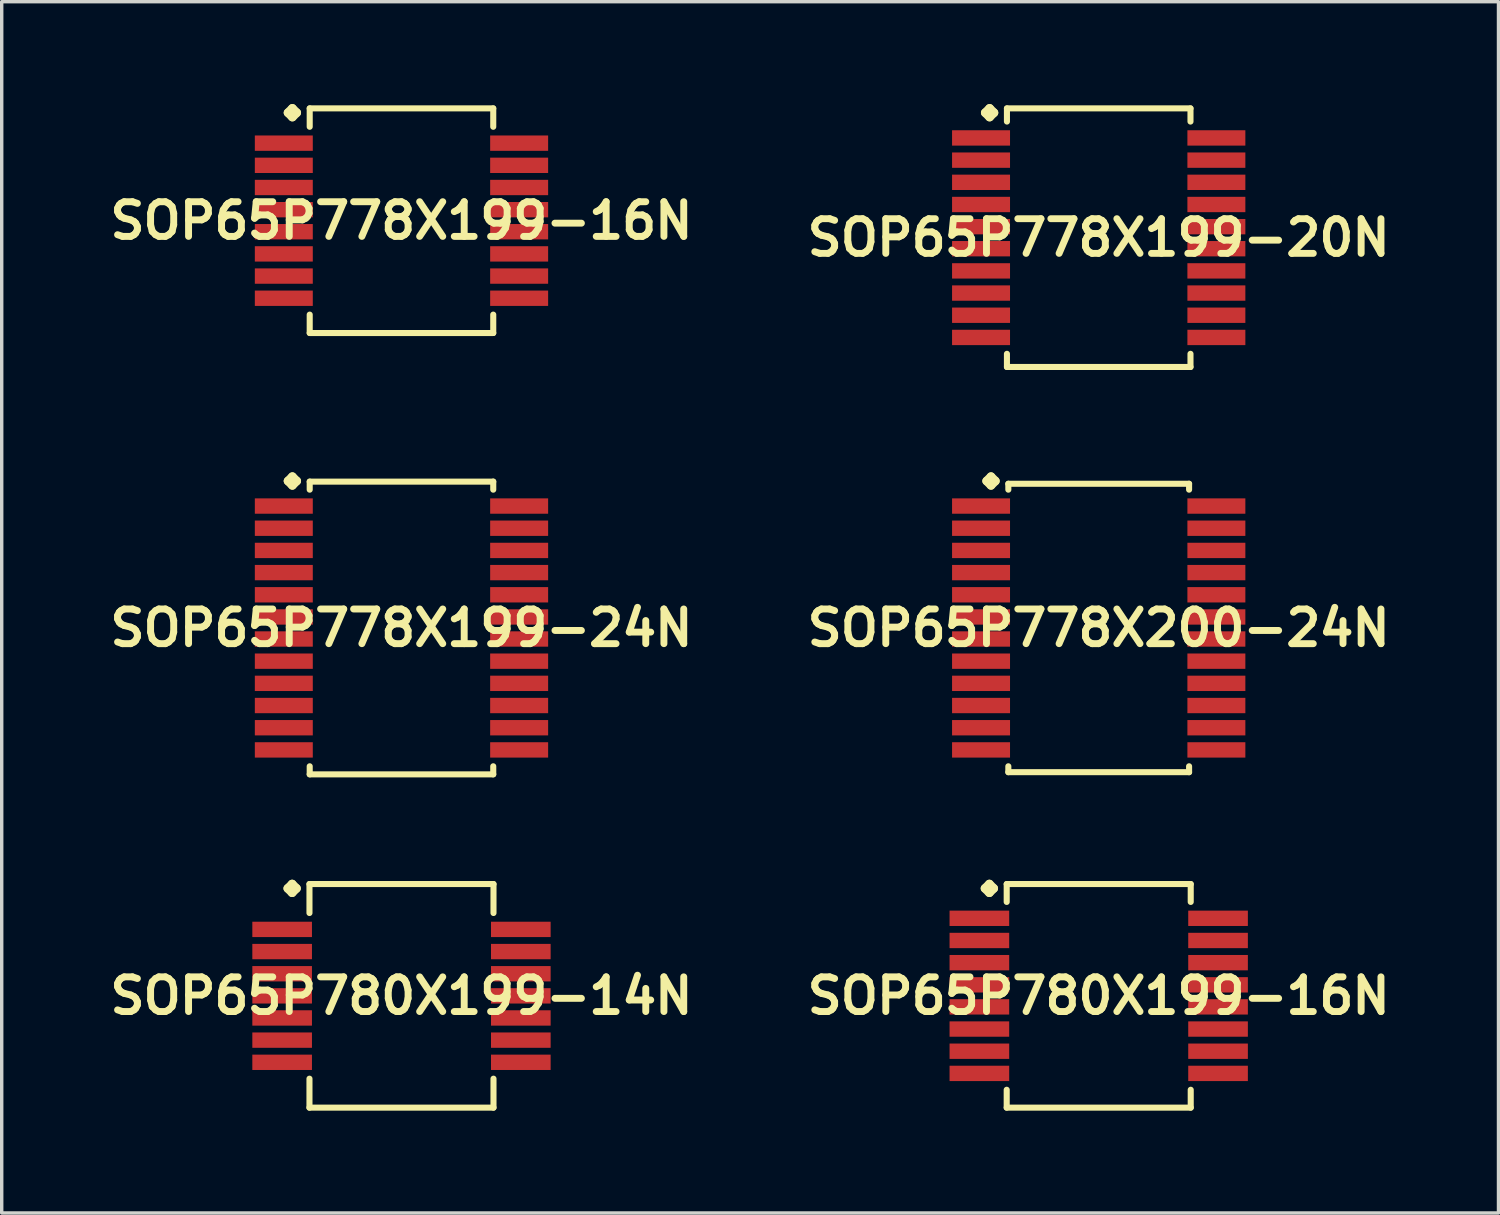
<source format=kicad_pcb>
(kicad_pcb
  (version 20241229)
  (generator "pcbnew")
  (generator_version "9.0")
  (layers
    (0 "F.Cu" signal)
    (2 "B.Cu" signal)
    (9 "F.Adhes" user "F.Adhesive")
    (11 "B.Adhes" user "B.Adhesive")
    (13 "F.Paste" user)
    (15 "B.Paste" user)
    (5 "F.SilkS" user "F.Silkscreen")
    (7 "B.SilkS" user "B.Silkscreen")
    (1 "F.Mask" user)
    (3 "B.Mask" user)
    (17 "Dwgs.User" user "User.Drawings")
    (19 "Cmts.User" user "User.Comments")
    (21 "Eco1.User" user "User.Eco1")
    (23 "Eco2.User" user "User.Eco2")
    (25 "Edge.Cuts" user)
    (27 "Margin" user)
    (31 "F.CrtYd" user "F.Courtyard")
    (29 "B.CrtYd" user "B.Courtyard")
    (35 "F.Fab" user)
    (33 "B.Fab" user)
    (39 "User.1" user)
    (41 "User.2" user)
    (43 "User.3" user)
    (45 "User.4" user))
  (footprint "SOP65P778X199-20N"
    (layer "F.Cu")
    (at 29.155 3.917)
    (property "Reference" "SOP65P778X199-20N" (at 0 0 0) (layer "F.SilkS") (effects (font (size 1.016 1.016) (thickness 0.203))))
    (attr smd)
    (fp_line (start -3.325 -3.663) (end -3.198 -3.79) (stroke (width 0.254) (type solid)) (layer "F.SilkS"))
    (fp_line (start -3.198 -3.79) (end -3.071 -3.663) (stroke (width 0.254) (type solid)) (layer "F.SilkS"))
    (fp_line (start -3.198 -3.536) (end -3.325 -3.663) (stroke (width 0.254) (type solid)) (layer "F.SilkS"))
    (fp_line (start -3.071 -3.663) (end -3.198 -3.536) (stroke (width 0.254) (type solid)) (layer "F.SilkS"))
    (fp_line (start -2.69 -3.79) (end 2.69 -3.79) (stroke (width 0.178) (type solid)) (layer "F.SilkS"))
    (fp_line (start -2.69 -3.404) (end -2.69 -3.79) (stroke (width 0.178) (type solid)) (layer "F.SilkS"))
    (fp_line (start -2.69 3.404) (end -2.69 3.79) (stroke (width 0.178) (type solid)) (layer "F.SilkS"))
    (fp_line (start -2.69 3.79) (end 2.69 3.79) (stroke (width 0.178) (type solid)) (layer "F.SilkS"))
    (fp_line (start 2.69 -3.79) (end 2.69 -3.404) (stroke (width 0.178) (type solid)) (layer "F.SilkS"))
    (fp_line (start 2.69 3.79) (end 2.69 3.404) (stroke (width 0.178) (type solid)) (layer "F.SilkS"))
    (pad "1" smd rect (at -3.449 -2.924) (size 1.699 0.45) (layers "F.Cu" "F.Mask" "F.Paste"))
    (pad "2" smd rect (at -3.449 -2.273) (size 1.699 0.45) (layers "F.Cu" "F.Mask" "F.Paste"))
    (pad "3" smd rect (at -3.449 -1.623) (size 1.699 0.45) (layers "F.Cu" "F.Mask" "F.Paste"))
    (pad "4" smd rect (at -3.449 -0.973) (size 1.699 0.45) (layers "F.Cu" "F.Mask" "F.Paste"))
    (pad "5" smd rect (at -3.449 -0.323) (size 1.699 0.45) (layers "F.Cu" "F.Mask" "F.Paste"))
    (pad "6" smd rect (at -3.449 0.323) (size 1.699 0.45) (layers "F.Cu" "F.Mask" "F.Paste"))
    (pad "7" smd rect (at -3.449 0.973) (size 1.699 0.45) (layers "F.Cu" "F.Mask" "F.Paste"))
    (pad "8" smd rect (at -3.449 1.623) (size 1.699 0.45) (layers "F.Cu" "F.Mask" "F.Paste"))
    (pad "9" smd rect (at -3.449 2.273) (size 1.699 0.45) (layers "F.Cu" "F.Mask" "F.Paste"))
    (pad "10" smd rect (at -3.449 2.924) (size 1.699 0.45) (layers "F.Cu" "F.Mask" "F.Paste"))
    (pad "11" smd rect (at 3.449 2.924) (size 1.699 0.45) (layers "F.Cu" "F.Mask" "F.Paste"))
    (pad "12" smd rect (at 3.449 2.273) (size 1.699 0.45) (layers "F.Cu" "F.Mask" "F.Paste"))
    (pad "13" smd rect (at 3.449 1.623) (size 1.699 0.45) (layers "F.Cu" "F.Mask" "F.Paste"))
    (pad "14" smd rect (at 3.449 0.973) (size 1.699 0.45) (layers "F.Cu" "F.Mask" "F.Paste"))
    (pad "15" smd rect (at 3.449 0.323) (size 1.699 0.45) (layers "F.Cu" "F.Mask" "F.Paste"))
    (pad "16" smd rect (at 3.449 -0.323) (size 1.699 0.45) (layers "F.Cu" "F.Mask" "F.Paste"))
    (pad "17" smd rect (at 3.449 -0.973) (size 1.699 0.45) (layers "F.Cu" "F.Mask" "F.Paste"))
    (pad "18" smd rect (at 3.449 -1.623) (size 1.699 0.45) (layers "F.Cu" "F.Mask" "F.Paste"))
    (pad "19" smd rect (at 3.449 -2.273) (size 1.699 0.45) (layers "F.Cu" "F.Mask" "F.Paste"))
    (pad "20" smd rect (at 3.449 -2.924) (size 1.699 0.45) (layers "F.Cu" "F.Mask" "F.Paste")))
  (footprint "SOP65P780X199-16N"
    (layer "F.Cu")
    (at 29.155 26.14)
    (property "Reference" "SOP65P780X199-16N" (at 0 0 0) (layer "F.SilkS") (effects (font (size 1.016 1.016) (thickness 0.203))))
    (attr smd)
    (fp_line (start -3.332 -3.15) (end -3.205 -3.277) (stroke (width 0.254) (type solid)) (layer "F.SilkS"))
    (fp_line (start -3.205 -3.277) (end -3.078 -3.15) (stroke (width 0.254) (type solid)) (layer "F.SilkS"))
    (fp_line (start -3.205 -3.023) (end -3.332 -3.15) (stroke (width 0.254) (type solid)) (layer "F.SilkS"))
    (fp_line (start -3.078 -3.15) (end -3.205 -3.023) (stroke (width 0.254) (type solid)) (layer "F.SilkS"))
    (fp_line (start -2.697 -3.277) (end 2.697 -3.277) (stroke (width 0.178) (type solid)) (layer "F.SilkS"))
    (fp_line (start -2.697 -2.753) (end -2.697 -3.277) (stroke (width 0.178) (type solid)) (layer "F.SilkS"))
    (fp_line (start -2.697 2.753) (end -2.697 3.277) (stroke (width 0.178) (type solid)) (layer "F.SilkS"))
    (fp_line (start -2.697 3.277) (end 2.697 3.277) (stroke (width 0.178) (type solid)) (layer "F.SilkS"))
    (fp_line (start 2.697 -3.277) (end 2.697 -2.753) (stroke (width 0.178) (type solid)) (layer "F.SilkS"))
    (fp_line (start 2.697 3.277) (end 2.697 2.753) (stroke (width 0.178) (type solid)) (layer "F.SilkS"))
    (pad "1" smd rect (at -3.498 -2.273) (size 1.748 0.45) (layers "F.Cu" "F.Mask" "F.Paste"))
    (pad "2" smd rect (at -3.498 -1.623) (size 1.748 0.45) (layers "F.Cu" "F.Mask" "F.Paste"))
    (pad "3" smd rect (at -3.498 -0.973) (size 1.748 0.45) (layers "F.Cu" "F.Mask" "F.Paste"))
    (pad "4" smd rect (at -3.498 -0.323) (size 1.748 0.45) (layers "F.Cu" "F.Mask" "F.Paste"))
    (pad "5" smd rect (at -3.498 0.323) (size 1.748 0.45) (layers "F.Cu" "F.Mask" "F.Paste"))
    (pad "6" smd rect (at -3.498 0.973) (size 1.748 0.45) (layers "F.Cu" "F.Mask" "F.Paste"))
    (pad "7" smd rect (at -3.498 1.623) (size 1.748 0.45) (layers "F.Cu" "F.Mask" "F.Paste"))
    (pad "8" smd rect (at -3.498 2.273) (size 1.748 0.45) (layers "F.Cu" "F.Mask" "F.Paste"))
    (pad "9" smd rect (at 3.498 2.273) (size 1.748 0.45) (layers "F.Cu" "F.Mask" "F.Paste"))
    (pad "10" smd rect (at 3.498 1.623) (size 1.748 0.45) (layers "F.Cu" "F.Mask" "F.Paste"))
    (pad "11" smd rect (at 3.498 0.973) (size 1.748 0.45) (layers "F.Cu" "F.Mask" "F.Paste"))
    (pad "12" smd rect (at 3.498 0.323) (size 1.748 0.45) (layers "F.Cu" "F.Mask" "F.Paste"))
    (pad "13" smd rect (at 3.498 -0.323) (size 1.748 0.45) (layers "F.Cu" "F.Mask" "F.Paste"))
    (pad "14" smd rect (at 3.498 -0.973) (size 1.748 0.45) (layers "F.Cu" "F.Mask" "F.Paste"))
    (pad "15" smd rect (at 3.498 -1.623) (size 1.748 0.45) (layers "F.Cu" "F.Mask" "F.Paste"))
    (pad "16" smd rect (at 3.498 -2.273) (size 1.748 0.45) (layers "F.Cu" "F.Mask" "F.Paste")))
  (footprint "SOP65P778X200-24N"
    (layer "F.Cu")
    (at 29.155 15.357)
    (property "Reference" "SOP65P778X200-24N" (at 0 0 0) (layer "F.SilkS") (effects (font (size 1.016 1.016) (thickness 0.203))))
    (attr smd)
    (fp_line (start -3.284 -4.308) (end -3.157 -4.435) (stroke (width 0.254) (type solid)) (layer "F.SilkS"))
    (fp_line (start -3.157 -4.435) (end -3.03 -4.308) (stroke (width 0.254) (type solid)) (layer "F.SilkS"))
    (fp_line (start -3.157 -4.181) (end -3.284 -4.308) (stroke (width 0.254) (type solid)) (layer "F.SilkS"))
    (fp_line (start -3.03 -4.308) (end -3.157 -4.181) (stroke (width 0.254) (type solid)) (layer "F.SilkS"))
    (fp_line (start -2.649 -4.227) (end 2.649 -4.227) (stroke (width 0.178) (type solid)) (layer "F.SilkS"))
    (fp_line (start -2.649 -4.054) (end -2.649 -4.227) (stroke (width 0.178) (type solid)) (layer "F.SilkS"))
    (fp_line (start -2.649 4.054) (end -2.649 4.227) (stroke (width 0.178) (type solid)) (layer "F.SilkS"))
    (fp_line (start -2.649 4.227) (end 2.649 4.227) (stroke (width 0.178) (type solid)) (layer "F.SilkS"))
    (fp_line (start 2.649 -4.227) (end 2.649 -4.054) (stroke (width 0.178) (type solid)) (layer "F.SilkS"))
    (fp_line (start 2.649 4.227) (end 2.649 4.054) (stroke (width 0.178) (type solid)) (layer "F.SilkS"))
    (pad "1" smd rect (at -3.449 -3.574) (size 1.699 0.45) (layers "F.Cu" "F.Mask" "F.Paste"))
    (pad "2" smd rect (at -3.449 -2.924) (size 1.699 0.45) (layers "F.Cu" "F.Mask" "F.Paste"))
    (pad "3" smd rect (at -3.449 -2.273) (size 1.699 0.45) (layers "F.Cu" "F.Mask" "F.Paste"))
    (pad "4" smd rect (at -3.449 -1.623) (size 1.699 0.45) (layers "F.Cu" "F.Mask" "F.Paste"))
    (pad "5" smd rect (at -3.449 -0.973) (size 1.699 0.45) (layers "F.Cu" "F.Mask" "F.Paste"))
    (pad "6" smd rect (at -3.449 -0.323) (size 1.699 0.45) (layers "F.Cu" "F.Mask" "F.Paste"))
    (pad "7" smd rect (at -3.449 0.323) (size 1.699 0.45) (layers "F.Cu" "F.Mask" "F.Paste"))
    (pad "8" smd rect (at -3.449 0.973) (size 1.699 0.45) (layers "F.Cu" "F.Mask" "F.Paste"))
    (pad "9" smd rect (at -3.449 1.623) (size 1.699 0.45) (layers "F.Cu" "F.Mask" "F.Paste"))
    (pad "10" smd rect (at -3.449 2.273) (size 1.699 0.45) (layers "F.Cu" "F.Mask" "F.Paste"))
    (pad "11" smd rect (at -3.449 2.924) (size 1.699 0.45) (layers "F.Cu" "F.Mask" "F.Paste"))
    (pad "12" smd rect (at -3.449 3.574) (size 1.699 0.45) (layers "F.Cu" "F.Mask" "F.Paste"))
    (pad "13" smd rect (at 3.449 3.574) (size 1.699 0.45) (layers "F.Cu" "F.Mask" "F.Paste"))
    (pad "14" smd rect (at 3.449 2.924) (size 1.699 0.45) (layers "F.Cu" "F.Mask" "F.Paste"))
    (pad "15" smd rect (at 3.449 2.273) (size 1.699 0.45) (layers "F.Cu" "F.Mask" "F.Paste"))
    (pad "16" smd rect (at 3.449 1.623) (size 1.699 0.45) (layers "F.Cu" "F.Mask" "F.Paste"))
    (pad "17" smd rect (at 3.449 0.973) (size 1.699 0.45) (layers "F.Cu" "F.Mask" "F.Paste"))
    (pad "18" smd rect (at 3.449 0.323) (size 1.699 0.45) (layers "F.Cu" "F.Mask" "F.Paste"))
    (pad "19" smd rect (at 3.449 -0.323) (size 1.699 0.45) (layers "F.Cu" "F.Mask" "F.Paste"))
    (pad "20" smd rect (at 3.449 -0.973) (size 1.699 0.45) (layers "F.Cu" "F.Mask" "F.Paste"))
    (pad "21" smd rect (at 3.449 -1.623) (size 1.699 0.45) (layers "F.Cu" "F.Mask" "F.Paste"))
    (pad "22" smd rect (at 3.449 -2.273) (size 1.699 0.45) (layers "F.Cu" "F.Mask" "F.Paste"))
    (pad "23" smd rect (at 3.449 -2.924) (size 1.699 0.45) (layers "F.Cu" "F.Mask" "F.Paste"))
    (pad "24" smd rect (at 3.449 -3.574) (size 1.699 0.45) (layers "F.Cu" "F.Mask" "F.Paste")))
  (footprint "SOP65P778X199-24N"
    (layer "F.Cu")
    (at 8.718 15.357)
    (property "Reference" "SOP65P778X199-24N" (at 0 0 0) (layer "F.SilkS") (effects (font (size 1.016 1.016) (thickness 0.203))))
    (attr smd)
    (fp_line (start -3.325 -4.308) (end -3.198 -4.435) (stroke (width 0.254) (type solid)) (layer "F.SilkS"))
    (fp_line (start -3.198 -4.435) (end -3.071 -4.308) (stroke (width 0.254) (type solid)) (layer "F.SilkS"))
    (fp_line (start -3.198 -4.181) (end -3.325 -4.308) (stroke (width 0.254) (type solid)) (layer "F.SilkS"))
    (fp_line (start -3.071 -4.308) (end -3.198 -4.181) (stroke (width 0.254) (type solid)) (layer "F.SilkS"))
    (fp_line (start -2.69 -4.29) (end 2.69 -4.29) (stroke (width 0.178) (type solid)) (layer "F.SilkS"))
    (fp_line (start -2.69 -4.054) (end -2.69 -4.29) (stroke (width 0.178) (type solid)) (layer "F.SilkS"))
    (fp_line (start -2.69 4.054) (end -2.69 4.29) (stroke (width 0.178) (type solid)) (layer "F.SilkS"))
    (fp_line (start -2.69 4.29) (end 2.69 4.29) (stroke (width 0.178) (type solid)) (layer "F.SilkS"))
    (fp_line (start 2.69 -4.29) (end 2.69 -4.054) (stroke (width 0.178) (type solid)) (layer "F.SilkS"))
    (fp_line (start 2.69 4.29) (end 2.69 4.054) (stroke (width 0.178) (type solid)) (layer "F.SilkS"))
    (pad "1" smd rect (at -3.449 -3.574) (size 1.699 0.45) (layers "F.Cu" "F.Mask" "F.Paste"))
    (pad "2" smd rect (at -3.449 -2.924) (size 1.699 0.45) (layers "F.Cu" "F.Mask" "F.Paste"))
    (pad "3" smd rect (at -3.449 -2.273) (size 1.699 0.45) (layers "F.Cu" "F.Mask" "F.Paste"))
    (pad "4" smd rect (at -3.449 -1.623) (size 1.699 0.45) (layers "F.Cu" "F.Mask" "F.Paste"))
    (pad "5" smd rect (at -3.449 -0.973) (size 1.699 0.45) (layers "F.Cu" "F.Mask" "F.Paste"))
    (pad "6" smd rect (at -3.449 -0.323) (size 1.699 0.45) (layers "F.Cu" "F.Mask" "F.Paste"))
    (pad "7" smd rect (at -3.449 0.323) (size 1.699 0.45) (layers "F.Cu" "F.Mask" "F.Paste"))
    (pad "8" smd rect (at -3.449 0.973) (size 1.699 0.45) (layers "F.Cu" "F.Mask" "F.Paste"))
    (pad "9" smd rect (at -3.449 1.623) (size 1.699 0.45) (layers "F.Cu" "F.Mask" "F.Paste"))
    (pad "10" smd rect (at -3.449 2.273) (size 1.699 0.45) (layers "F.Cu" "F.Mask" "F.Paste"))
    (pad "11" smd rect (at -3.449 2.924) (size 1.699 0.45) (layers "F.Cu" "F.Mask" "F.Paste"))
    (pad "12" smd rect (at -3.449 3.574) (size 1.699 0.45) (layers "F.Cu" "F.Mask" "F.Paste"))
    (pad "13" smd rect (at 3.449 3.574) (size 1.699 0.45) (layers "F.Cu" "F.Mask" "F.Paste"))
    (pad "14" smd rect (at 3.449 2.924) (size 1.699 0.45) (layers "F.Cu" "F.Mask" "F.Paste"))
    (pad "15" smd rect (at 3.449 2.273) (size 1.699 0.45) (layers "F.Cu" "F.Mask" "F.Paste"))
    (pad "16" smd rect (at 3.449 1.623) (size 1.699 0.45) (layers "F.Cu" "F.Mask" "F.Paste"))
    (pad "17" smd rect (at 3.449 0.973) (size 1.699 0.45) (layers "F.Cu" "F.Mask" "F.Paste"))
    (pad "18" smd rect (at 3.449 0.323) (size 1.699 0.45) (layers "F.Cu" "F.Mask" "F.Paste"))
    (pad "19" smd rect (at 3.449 -0.323) (size 1.699 0.45) (layers "F.Cu" "F.Mask" "F.Paste"))
    (pad "20" smd rect (at 3.449 -0.973) (size 1.699 0.45) (layers "F.Cu" "F.Mask" "F.Paste"))
    (pad "21" smd rect (at 3.449 -1.623) (size 1.699 0.45) (layers "F.Cu" "F.Mask" "F.Paste"))
    (pad "22" smd rect (at 3.449 -2.273) (size 1.699 0.45) (layers "F.Cu" "F.Mask" "F.Paste"))
    (pad "23" smd rect (at 3.449 -2.924) (size 1.699 0.45) (layers "F.Cu" "F.Mask" "F.Paste"))
    (pad "24" smd rect (at 3.449 -3.574) (size 1.699 0.45) (layers "F.Cu" "F.Mask" "F.Paste")))
  (footprint "SOP65P780X199-14N"
    (layer "F.Cu")
    (at 8.718 26.14)
    (property "Reference" "SOP65P780X199-14N" (at 0 0 0) (layer "F.SilkS") (effects (font (size 1.016 1.016) (thickness 0.203))))
    (attr smd)
    (fp_line (start -3.332 -3.15) (end -3.205 -3.277) (stroke (width 0.254) (type solid)) (layer "F.SilkS"))
    (fp_line (start -3.205 -3.277) (end -3.078 -3.15) (stroke (width 0.254) (type solid)) (layer "F.SilkS"))
    (fp_line (start -3.205 -3.023) (end -3.332 -3.15) (stroke (width 0.254) (type solid)) (layer "F.SilkS"))
    (fp_line (start -3.078 -3.15) (end -3.205 -3.023) (stroke (width 0.254) (type solid)) (layer "F.SilkS"))
    (fp_line (start -2.697 -3.277) (end 2.697 -3.277) (stroke (width 0.178) (type solid)) (layer "F.SilkS"))
    (fp_line (start -2.697 -2.428) (end -2.697 -3.277) (stroke (width 0.178) (type solid)) (layer "F.SilkS"))
    (fp_line (start -2.697 2.428) (end -2.697 3.277) (stroke (width 0.178) (type solid)) (layer "F.SilkS"))
    (fp_line (start -2.697 3.277) (end 2.697 3.277) (stroke (width 0.178) (type solid)) (layer "F.SilkS"))
    (fp_line (start 2.697 -3.277) (end 2.697 -2.428) (stroke (width 0.178) (type solid)) (layer "F.SilkS"))
    (fp_line (start 2.697 3.277) (end 2.697 2.428) (stroke (width 0.178) (type solid)) (layer "F.SilkS"))
    (pad "1" smd rect (at -3.498 -1.948) (size 1.748 0.45) (layers "F.Cu" "F.Mask" "F.Paste"))
    (pad "2" smd rect (at -3.498 -1.298) (size 1.748 0.45) (layers "F.Cu" "F.Mask" "F.Paste"))
    (pad "3" smd rect (at -3.498 -0.648) (size 1.748 0.45) (layers "F.Cu" "F.Mask" "F.Paste"))
    (pad "4" smd rect (at -3.498 0) (size 1.748 0.45) (layers "F.Cu" "F.Mask" "F.Paste"))
    (pad "5" smd rect (at -3.498 0.648) (size 1.748 0.45) (layers "F.Cu" "F.Mask" "F.Paste"))
    (pad "6" smd rect (at -3.498 1.298) (size 1.748 0.45) (layers "F.Cu" "F.Mask" "F.Paste"))
    (pad "7" smd rect (at -3.498 1.948) (size 1.748 0.45) (layers "F.Cu" "F.Mask" "F.Paste"))
    (pad "8" smd rect (at 3.498 1.948) (size 1.748 0.45) (layers "F.Cu" "F.Mask" "F.Paste"))
    (pad "9" smd rect (at 3.498 1.298) (size 1.748 0.45) (layers "F.Cu" "F.Mask" "F.Paste"))
    (pad "10" smd rect (at 3.498 0.648) (size 1.748 0.45) (layers "F.Cu" "F.Mask" "F.Paste"))
    (pad "11" smd rect (at 3.498 0) (size 1.748 0.45) (layers "F.Cu" "F.Mask" "F.Paste"))
    (pad "12" smd rect (at 3.498 -0.648) (size 1.748 0.45) (layers "F.Cu" "F.Mask" "F.Paste"))
    (pad "13" smd rect (at 3.498 -1.298) (size 1.748 0.45) (layers "F.Cu" "F.Mask" "F.Paste"))
    (pad "14" smd rect (at 3.498 -1.948) (size 1.748 0.45) (layers "F.Cu" "F.Mask" "F.Paste")))
  (footprint "SOP65P778X199-16N"
    (layer "F.Cu")
    (at 8.718 3.419)
    (property "Reference" "SOP65P778X199-16N" (at 0 0 0) (layer "F.SilkS") (effects (font (size 1.016 1.016) (thickness 0.203))))
    (attr smd)
    (fp_line (start -3.325 -3.165) (end -3.198 -3.292) (stroke (width 0.254) (type solid)) (layer "F.SilkS"))
    (fp_line (start -3.198 -3.292) (end -3.071 -3.165) (stroke (width 0.254) (type solid)) (layer "F.SilkS"))
    (fp_line (start -3.198 -3.038) (end -3.325 -3.165) (stroke (width 0.254) (type solid)) (layer "F.SilkS"))
    (fp_line (start -3.071 -3.165) (end -3.198 -3.038) (stroke (width 0.254) (type solid)) (layer "F.SilkS"))
    (fp_line (start -2.69 -3.292) (end 2.69 -3.292) (stroke (width 0.178) (type solid)) (layer "F.SilkS"))
    (fp_line (start -2.69 -2.753) (end -2.69 -3.292) (stroke (width 0.178) (type solid)) (layer "F.SilkS"))
    (fp_line (start -2.69 2.753) (end -2.69 3.292) (stroke (width 0.178) (type solid)) (layer "F.SilkS"))
    (fp_line (start -2.69 3.292) (end 2.69 3.292) (stroke (width 0.178) (type solid)) (layer "F.SilkS"))
    (fp_line (start 2.69 -3.292) (end 2.69 -2.753) (stroke (width 0.178) (type solid)) (layer "F.SilkS"))
    (fp_line (start 2.69 3.292) (end 2.69 2.753) (stroke (width 0.178) (type solid)) (layer "F.SilkS"))
    (pad "1" smd rect (at -3.449 -2.273) (size 1.699 0.45) (layers "F.Cu" "F.Mask" "F.Paste"))
    (pad "2" smd rect (at -3.449 -1.623) (size 1.699 0.45) (layers "F.Cu" "F.Mask" "F.Paste"))
    (pad "3" smd rect (at -3.449 -0.973) (size 1.699 0.45) (layers "F.Cu" "F.Mask" "F.Paste"))
    (pad "4" smd rect (at -3.449 -0.323) (size 1.699 0.45) (layers "F.Cu" "F.Mask" "F.Paste"))
    (pad "5" smd rect (at -3.449 0.323) (size 1.699 0.45) (layers "F.Cu" "F.Mask" "F.Paste"))
    (pad "6" smd rect (at -3.449 0.973) (size 1.699 0.45) (layers "F.Cu" "F.Mask" "F.Paste"))
    (pad "7" smd rect (at -3.449 1.623) (size 1.699 0.45) (layers "F.Cu" "F.Mask" "F.Paste"))
    (pad "8" smd rect (at -3.449 2.273) (size 1.699 0.45) (layers "F.Cu" "F.Mask" "F.Paste"))
    (pad "9" smd rect (at 3.449 2.273) (size 1.699 0.45) (layers "F.Cu" "F.Mask" "F.Paste"))
    (pad "10" smd rect (at 3.449 1.623) (size 1.699 0.45) (layers "F.Cu" "F.Mask" "F.Paste"))
    (pad "11" smd rect (at 3.449 0.973) (size 1.699 0.45) (layers "F.Cu" "F.Mask" "F.Paste"))
    (pad "12" smd rect (at 3.449 0.323) (size 1.699 0.45) (layers "F.Cu" "F.Mask" "F.Paste"))
    (pad "13" smd rect (at 3.449 -0.323) (size 1.699 0.45) (layers "F.Cu" "F.Mask" "F.Paste"))
    (pad "14" smd rect (at 3.449 -0.973) (size 1.699 0.45) (layers "F.Cu" "F.Mask" "F.Paste"))
    (pad "15" smd rect (at 3.449 -1.623) (size 1.699 0.45) (layers "F.Cu" "F.Mask" "F.Paste"))
    (pad "16" smd rect (at 3.449 -2.273) (size 1.699 0.45) (layers "F.Cu" "F.Mask" "F.Paste")))
  (gr_rect
    (start -3 -3)
    (end 40.873 32.505)
    (stroke (width 0.1) (type default))
    (fill no)
    (layer "Edge.Cuts")))
</source>
